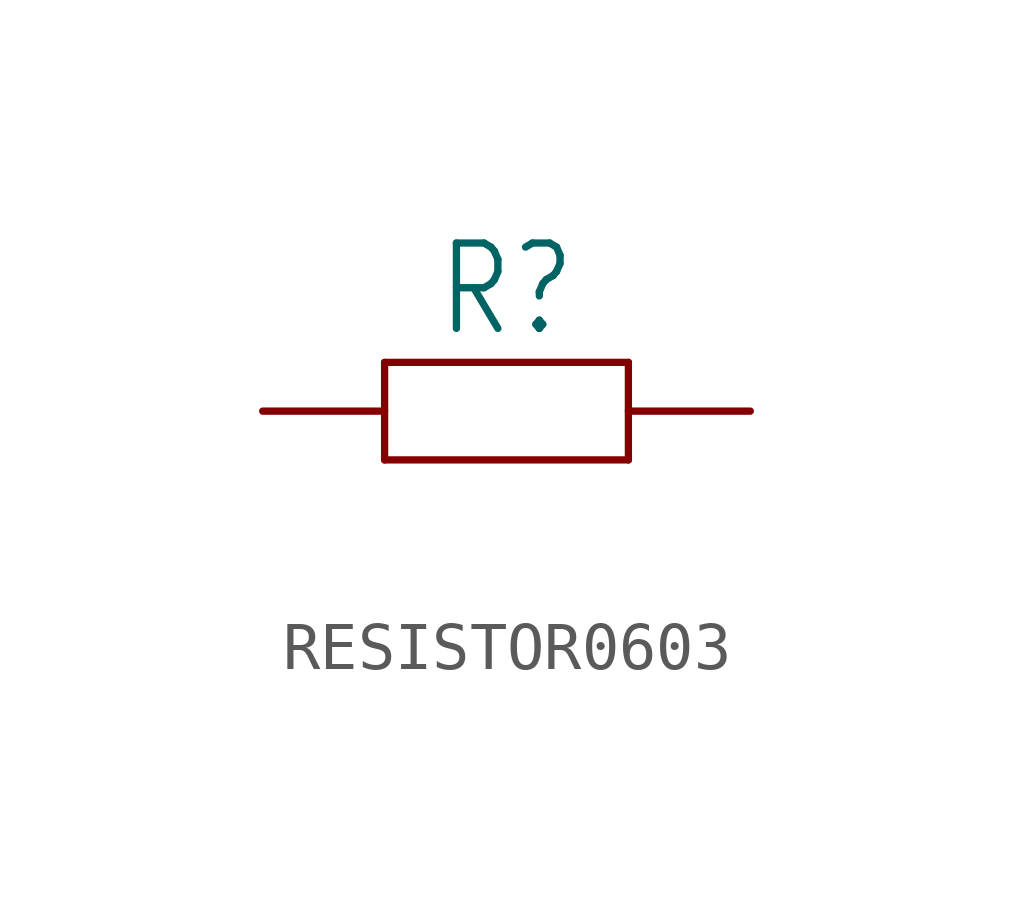
<source format=kicad_sym>
(kicad_symbol_lib
  (version 20220914)
  (generator kicad_symbol_editor)
  (symbol "RESISTOR0603"
    (property "Reference" "R"
      (at 0 1.499 0)
      (effects (font (size 1.778 1.511)) (justify bottom)))
    (property "Value" ""
      (at 0 -3.302 0)
      (effects (font (size 1.778 1.511)) (justify bottom)))
    (property "ki_locked" ""
      (at 0 0 0)
      (effects (font (size 1.27 1.27))))
    (symbol "RESISTOR0603_1_0"
      (polyline (pts (xy -2.54 -1.016) (xy -2.54 1.016)) (stroke (width 0.152) (type solid)) (fill (type none)))
      (polyline (pts (xy -2.54 -1.016) (xy 2.54 -1.016)) (stroke (width 0.152) (type solid)) (fill (type none)))
      (polyline (pts (xy -2.54 1.016) (xy 2.54 1.016)) (stroke (width 0.152) (type solid)) (fill (type none)))
      (polyline (pts (xy 2.54 -1.016) (xy 2.54 1.016)) (stroke (width 0.152) (type solid)) (fill (type none)))
      (pin passive line (at -5.08 0 0) (length 2.54) (name "1" (effects (font (size 0 0)))) (number "1" (effects (font (size 0 0)))))
      (pin passive line (at 5.08 0 180) (length 2.54) (name "2" (effects (font (size 0 0)))) (number "2" (effects (font (size 0 0))))))))
</source>
